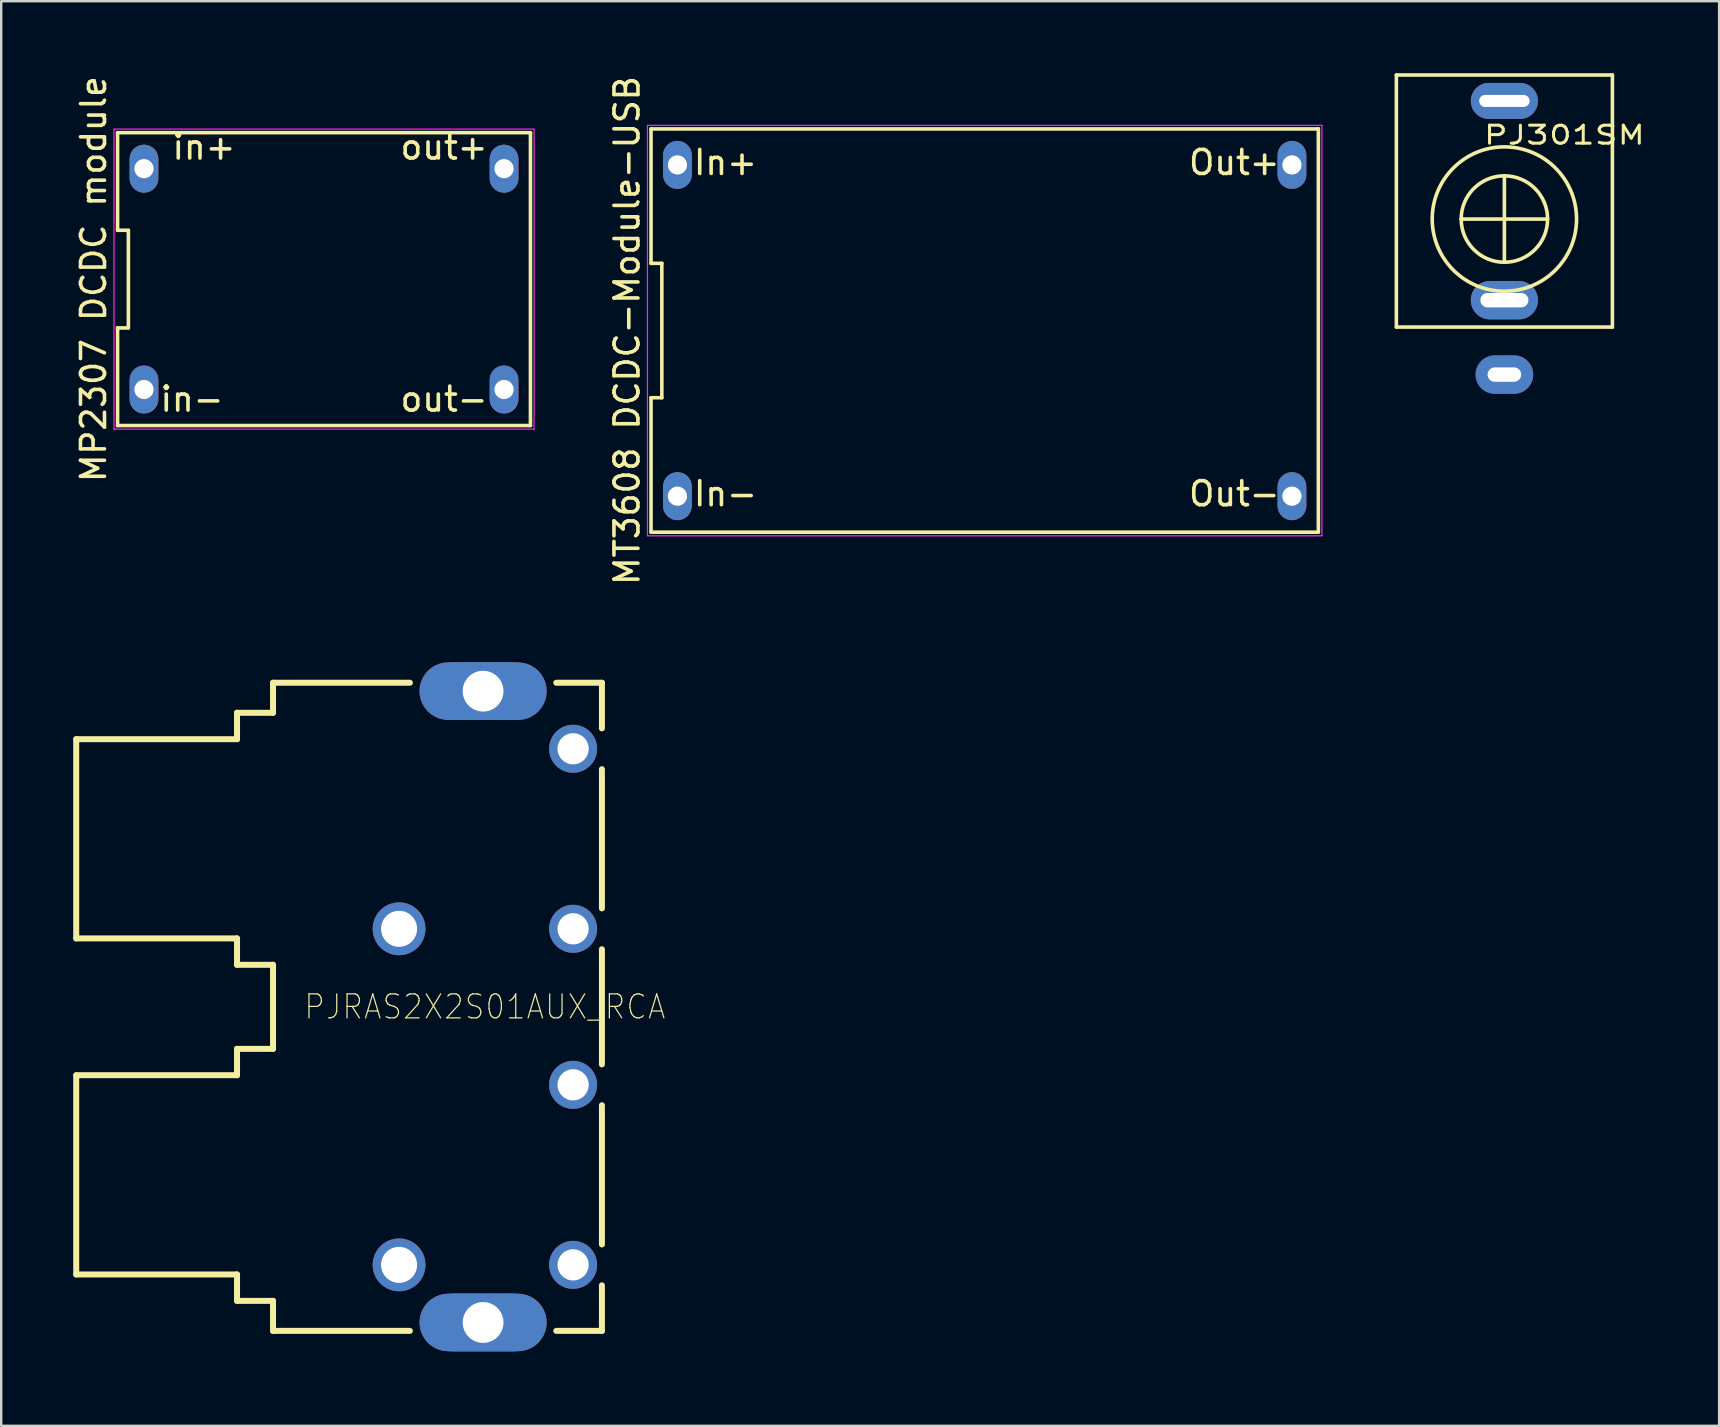
<source format=kicad_pcb>
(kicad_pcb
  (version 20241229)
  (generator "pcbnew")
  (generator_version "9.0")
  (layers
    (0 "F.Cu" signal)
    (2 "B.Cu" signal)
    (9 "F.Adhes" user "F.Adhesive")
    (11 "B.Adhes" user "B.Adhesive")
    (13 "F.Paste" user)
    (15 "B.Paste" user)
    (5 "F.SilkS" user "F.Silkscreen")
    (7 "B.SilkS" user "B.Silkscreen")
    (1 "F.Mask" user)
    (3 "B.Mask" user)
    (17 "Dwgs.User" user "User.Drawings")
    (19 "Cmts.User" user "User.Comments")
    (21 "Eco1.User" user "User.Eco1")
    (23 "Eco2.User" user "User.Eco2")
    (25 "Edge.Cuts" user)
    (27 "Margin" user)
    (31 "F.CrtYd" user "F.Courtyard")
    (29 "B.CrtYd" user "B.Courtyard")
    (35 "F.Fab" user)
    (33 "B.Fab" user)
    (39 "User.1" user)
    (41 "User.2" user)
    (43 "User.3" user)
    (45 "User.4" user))
  (footprint "MT3608 DCDC-Module-USB"
    (layer "F.Cu")
    (at 37.971 10.72)
    (property "Reference" "MT3608 DCDC-Module-USB" (at -14.9 0 90) (layer "F.SilkS") (effects (font (size 1 1) (thickness 0.15))))
    (attr through_hole)
    (fp_line (start -13.9 -8.4) (end -13.9 -2.8) (stroke (width 0.15) (type solid)) (layer "F.SilkS"))
    (fp_line (start -13.9 -2.8) (end -13.45 -2.8) (stroke (width 0.15) (type solid)) (layer "F.SilkS"))
    (fp_line (start -13.9 2.8) (end -13.9 8.4) (stroke (width 0.15) (type solid)) (layer "F.SilkS"))
    (fp_line (start -13.9 8.4) (end 13.9 8.4) (stroke (width 0.15) (type solid)) (layer "F.SilkS"))
    (fp_line (start -13.45 -2.8) (end -13.45 2.8) (stroke (width 0.15) (type solid)) (layer "F.SilkS"))
    (fp_line (start -13.45 2.8) (end -13.9 2.8) (stroke (width 0.15) (type solid)) (layer "F.SilkS"))
    (fp_line (start 13.9 -8.4) (end -13.9 -8.4) (stroke (width 0.15) (type solid)) (layer "F.SilkS"))
    (fp_line (start 13.9 8.4) (end 13.9 -8.4) (stroke (width 0.15) (type solid)) (layer "F.SilkS"))
    (fp_line (start -14.05 -8.55) (end 14.05 -8.55) (stroke (width 0.05) (type solid)) (layer "F.CrtYd"))
    (fp_line (start -14.05 8.55) (end -14.05 -8.55) (stroke (width 0.05) (type solid)) (layer "F.CrtYd"))
    (fp_line (start 14.05 -8.55) (end 14.05 8.55) (stroke (width 0.05) (type solid)) (layer "F.CrtYd"))
    (fp_line (start 14.05 8.55) (end -14.05 8.55) (stroke (width 0.05) (type solid)) (layer "F.CrtYd"))
    (fp_text user "Out-" (at 10.4 6.8 0) (layer "F.SilkS") (effects (font (size 1 1) (thickness 0.15))))
    (fp_text user "Out+" (at 10.4 -7 0) (layer "F.SilkS") (effects (font (size 1 1) (thickness 0.15))))
    (fp_text user "In+" (at -10.8 -7 0) (layer "F.SilkS") (effects (font (size 1 1) (thickness 0.15))))
    (fp_text user "In-" (at -10.8 6.8 0) (layer "F.SilkS") (effects (font (size 1 1) (thickness 0.15))))
    (pad "1" thru_hole oval (at -12.8 6.9) (size 1.2 2) (drill 0.8) (layers "*.Cu" "*.Mask"))
    (pad "2" thru_hole oval (at -12.8 -6.9) (size 1.2 2) (drill 0.8) (layers "*.Cu" "*.Mask"))
    (pad "3" thru_hole oval (at 12.8 6.9) (size 1.2 2) (drill 0.8) (layers "*.Cu" "*.Mask"))
    (pad "4" thru_hole oval (at 12.8 -6.9) (size 1.2 2) (drill 0.8) (layers "*.Cu" "*.Mask")))
  (footprint "MP2307 DCDC module"
    (layer "F.Cu")
    (at 10.448 8.577)
    (property "Reference" "MP2307 DCDC module" (at -9.6 0 90) (layer "F.SilkS") (effects (font (size 1 1) (thickness 0.15))))
    (attr through_hole)
    (fp_line (start -8.6 -6.1) (end -8.6 -2.033) (stroke (width 0.15) (type solid)) (layer "F.SilkS"))
    (fp_line (start -8.6 -2.033) (end -8.15 -2.033) (stroke (width 0.15) (type solid)) (layer "F.SilkS"))
    (fp_line (start -8.6 2.033) (end -8.6 6.1) (stroke (width 0.15) (type solid)) (layer "F.SilkS"))
    (fp_line (start -8.6 6.1) (end 8.6 6.1) (stroke (width 0.15) (type solid)) (layer "F.SilkS"))
    (fp_line (start -8.15 -2.033) (end -8.15 2.033) (stroke (width 0.15) (type solid)) (layer "F.SilkS"))
    (fp_line (start -8.15 2.033) (end -8.6 2.033) (stroke (width 0.15) (type solid)) (layer "F.SilkS"))
    (fp_line (start 8.6 -6.1) (end -8.6 -6.1) (stroke (width 0.15) (type solid)) (layer "F.SilkS"))
    (fp_line (start 8.6 6.1) (end 8.6 -6.1) (stroke (width 0.15) (type solid)) (layer "F.SilkS"))
    (fp_line (start -8.75 -6.25) (end 8.75 -6.25) (stroke (width 0.05) (type solid)) (layer "F.CrtYd"))
    (fp_line (start -8.75 6.25) (end -8.75 -6.25) (stroke (width 0.05) (type solid)) (layer "F.CrtYd"))
    (fp_line (start 8.75 -6.25) (end 8.75 6.25) (stroke (width 0.05) (type solid)) (layer "F.CrtYd"))
    (fp_line (start 8.75 6.25) (end -8.75 6.25) (stroke (width 0.05) (type solid)) (layer "F.CrtYd"))
    (fp_text user "out-" (at 5 5 0) (layer "F.SilkS") (effects (font (size 1 1) (thickness 0.15))))
    (fp_text user "out+" (at 5 -5.5 0) (layer "F.SilkS") (effects (font (size 1 1) (thickness 0.15))))
    (fp_text user "in-" (at -5.5 5 0) (layer "F.SilkS") (effects (font (size 1 1) (thickness 0.15))))
    (fp_text user "in+" (at -5 -5.5 0) (layer "F.SilkS") (effects (font (size 1 1) (thickness 0.15))))
    (pad "1" thru_hole oval (at -7.5 4.6) (size 1.2 2) (drill 0.8) (layers "*.Cu" "*.Mask"))
    (pad "2" thru_hole oval (at -7.5 -4.6) (size 1.2 2) (drill 0.8) (layers "*.Cu" "*.Mask"))
    (pad "3" thru_hole oval (at 7.5 4.6) (size 1.2 2) (drill 0.8) (layers "*.Cu" "*.Mask"))
    (pad "4" thru_hole oval (at 7.5 -4.6) (size 1.2 2) (drill 0.8) (layers "*.Cu" "*.Mask")))
  (footprint "PJRAS2X2S01AUX_RCA"
    (layer "F.Cu")
    (at 17.15 38.893)
    (property "Reference" "PJRAS2X2S01AUX_RCA" (at 0 0 0) (layer "F.SilkS") (effects (font (size 1 0.9) (thickness 0.05))))
    (attr through_hole)
    (fp_poly (pts (xy -1.525 -14.349) (xy -1.713 -14.334) (xy -1.896 -14.29) (xy -2.069 -14.218) (xy -2.23 -14.12) (xy -2.373 -13.998) (xy -2.495 -13.855) (xy -2.593 -13.694) (xy -2.665 -13.521) (xy -2.709 -13.338) (xy -2.724 -13.15) (xy -2.709 -12.962) (xy -2.665 -12.779) (xy -2.593 -12.606) (xy -2.495 -12.445) (xy -2.373 -12.302) (xy -2.23 -12.18) (xy -2.069 -12.082) (xy -1.896 -12.01) (xy -1.713 -11.966) (xy -1.525 -11.951) (xy 1.375 -11.951) (xy 1.563 -11.966) (xy 1.746 -12.01) (xy 1.919 -12.082) (xy 2.08 -12.18) (xy 2.223 -12.302) (xy 2.345 -12.445) (xy 2.443 -12.606) (xy 2.515 -12.779) (xy 2.559 -12.962) (xy 2.574 -13.15) (xy 2.559 -13.338) (xy 2.515 -13.521) (xy 2.443 -13.694) (xy 2.345 -13.855) (xy 2.223 -13.998) (xy 2.08 -14.12) (xy 1.919 -14.218) (xy 1.746 -14.29) (xy 1.563 -14.334) (xy 1.375 -14.349)) (stroke (width 0.002) (type solid)) (fill yes) (layer "F.Cu"))
    (fp_poly (pts (xy -1.525 11.951) (xy -1.713 11.966) (xy -1.896 12.01) (xy -2.069 12.082) (xy -2.23 12.18) (xy -2.373 12.302) (xy -2.495 12.445) (xy -2.593 12.606) (xy -2.665 12.779) (xy -2.709 12.962) (xy -2.724 13.15) (xy -2.709 13.338) (xy -2.665 13.521) (xy -2.593 13.694) (xy -2.495 13.855) (xy -2.373 13.998) (xy -2.23 14.12) (xy -2.069 14.218) (xy -1.896 14.29) (xy -1.713 14.334) (xy -1.525 14.349) (xy 1.375 14.349) (xy 1.563 14.334) (xy 1.746 14.29) (xy 1.919 14.218) (xy 2.08 14.12) (xy 2.223 13.998) (xy 2.345 13.855) (xy 2.443 13.694) (xy 2.515 13.521) (xy 2.559 13.338) (xy 2.574 13.15) (xy 2.559 12.962) (xy 2.515 12.779) (xy 2.443 12.606) (xy 2.345 12.445) (xy 2.223 12.302) (xy 2.08 12.18) (xy 1.919 12.082) (xy 1.746 12.01) (xy 1.563 11.966) (xy 1.375 11.951)) (stroke (width 0.002) (type solid)) (fill yes) (layer "F.Cu"))
    (fp_poly (pts (xy -1.525 -14.452) (xy -1.729 -14.436) (xy -1.927 -14.388) (xy -2.116 -14.31) (xy -2.29 -14.203) (xy -2.445 -14.07) (xy -2.578 -13.915) (xy -2.685 -13.741) (xy -2.763 -13.552) (xy -2.811 -13.354) (xy -2.827 -13.15) (xy -2.811 -12.946) (xy -2.763 -12.748) (xy -2.685 -12.559) (xy -2.578 -12.385) (xy -2.445 -12.23) (xy -2.29 -12.097) (xy -2.116 -11.99) (xy -1.927 -11.912) (xy -1.729 -11.864) (xy -1.525 -11.848) (xy 1.375 -11.848) (xy 1.579 -11.864) (xy 1.777 -11.912) (xy 1.966 -11.99) (xy 2.14 -12.097) (xy 2.295 -12.23) (xy 2.428 -12.385) (xy 2.535 -12.559) (xy 2.613 -12.748) (xy 2.661 -12.946) (xy 2.677 -13.15) (xy 2.661 -13.354) (xy 2.613 -13.552) (xy 2.535 -13.741) (xy 2.428 -13.915) (xy 2.295 -14.07) (xy 2.14 -14.203) (xy 1.966 -14.31) (xy 1.777 -14.388) (xy 1.579 -14.436) (xy 1.375 -14.452)) (stroke (width 0.002) (type solid)) (fill yes) (layer "F.Mask"))
    (fp_poly (pts (xy -1.525 11.848) (xy -1.729 11.864) (xy -1.927 11.912) (xy -2.116 11.99) (xy -2.29 12.097) (xy -2.445 12.23) (xy -2.578 12.385) (xy -2.685 12.559) (xy -2.763 12.748) (xy -2.811 12.946) (xy -2.827 13.15) (xy -2.811 13.354) (xy -2.763 13.552) (xy -2.685 13.741) (xy -2.578 13.915) (xy -2.445 14.07) (xy -2.29 14.203) (xy -2.116 14.31) (xy -1.927 14.388) (xy -1.729 14.436) (xy -1.525 14.452) (xy 1.375 14.452) (xy 1.579 14.436) (xy 1.777 14.388) (xy 1.966 14.31) (xy 2.14 14.203) (xy 2.295 14.07) (xy 2.428 13.915) (xy 2.535 13.741) (xy 2.613 13.552) (xy 2.661 13.354) (xy 2.677 13.15) (xy 2.661 12.946) (xy 2.613 12.748) (xy 2.535 12.559) (xy 2.428 12.385) (xy 2.295 12.23) (xy 2.14 12.097) (xy 1.966 11.99) (xy 1.777 11.912) (xy 1.579 11.864) (xy 1.375 11.848)) (stroke (width 0.002) (type solid)) (fill yes) (layer "F.Mask"))
    (fp_poly (pts (xy -1.525 -14.349) (xy -1.713 -14.334) (xy -1.896 -14.29) (xy -2.069 -14.218) (xy -2.23 -14.12) (xy -2.373 -13.998) (xy -2.495 -13.855) (xy -2.593 -13.694) (xy -2.665 -13.521) (xy -2.709 -13.338) (xy -2.724 -13.15) (xy -2.709 -12.962) (xy -2.665 -12.779) (xy -2.593 -12.606) (xy -2.495 -12.445) (xy -2.373 -12.302) (xy -2.23 -12.18) (xy -2.069 -12.082) (xy -1.896 -12.01) (xy -1.713 -11.966) (xy -1.525 -11.951) (xy 1.375 -11.951) (xy 1.563 -11.966) (xy 1.746 -12.01) (xy 1.919 -12.082) (xy 2.08 -12.18) (xy 2.223 -12.302) (xy 2.345 -12.445) (xy 2.443 -12.606) (xy 2.515 -12.779) (xy 2.559 -12.962) (xy 2.574 -13.15) (xy 2.559 -13.338) (xy 2.515 -13.521) (xy 2.443 -13.694) (xy 2.345 -13.855) (xy 2.223 -13.998) (xy 2.08 -14.12) (xy 1.919 -14.218) (xy 1.746 -14.29) (xy 1.563 -14.334) (xy 1.375 -14.349)) (stroke (width 0.002) (type solid)) (fill yes) (layer "B.Cu"))
    (fp_poly (pts (xy -1.525 11.951) (xy -1.713 11.966) (xy -1.896 12.01) (xy -2.069 12.082) (xy -2.23 12.18) (xy -2.373 12.302) (xy -2.495 12.445) (xy -2.593 12.606) (xy -2.665 12.779) (xy -2.709 12.962) (xy -2.724 13.15) (xy -2.709 13.338) (xy -2.665 13.521) (xy -2.593 13.694) (xy -2.495 13.855) (xy -2.373 13.998) (xy -2.23 14.12) (xy -2.069 14.218) (xy -1.896 14.29) (xy -1.713 14.334) (xy -1.525 14.349) (xy 1.375 14.349) (xy 1.563 14.334) (xy 1.746 14.29) (xy 1.919 14.218) (xy 2.08 14.12) (xy 2.223 13.998) (xy 2.345 13.855) (xy 2.443 13.694) (xy 2.515 13.521) (xy 2.559 13.338) (xy 2.574 13.15) (xy 2.559 12.962) (xy 2.515 12.779) (xy 2.443 12.606) (xy 2.345 12.445) (xy 2.223 12.302) (xy 2.08 12.18) (xy 1.919 12.082) (xy 1.746 12.01) (xy 1.563 11.966) (xy 1.375 11.951)) (stroke (width 0.002) (type solid)) (fill yes) (layer "B.Cu"))
    (fp_poly (pts (xy -1.525 -14.452) (xy -1.729 -14.436) (xy -1.927 -14.388) (xy -2.116 -14.31) (xy -2.29 -14.203) (xy -2.445 -14.07) (xy -2.578 -13.915) (xy -2.685 -13.741) (xy -2.763 -13.552) (xy -2.811 -13.354) (xy -2.827 -13.15) (xy -2.811 -12.946) (xy -2.763 -12.748) (xy -2.685 -12.559) (xy -2.578 -12.385) (xy -2.445 -12.23) (xy -2.29 -12.097) (xy -2.116 -11.99) (xy -1.927 -11.912) (xy -1.729 -11.864) (xy -1.525 -11.848) (xy 1.375 -11.848) (xy 1.579 -11.864) (xy 1.777 -11.912) (xy 1.966 -11.99) (xy 2.14 -12.097) (xy 2.295 -12.23) (xy 2.428 -12.385) (xy 2.535 -12.559) (xy 2.613 -12.748) (xy 2.661 -12.946) (xy 2.677 -13.15) (xy 2.661 -13.354) (xy 2.613 -13.552) (xy 2.535 -13.741) (xy 2.428 -13.915) (xy 2.295 -14.07) (xy 2.14 -14.203) (xy 1.966 -14.31) (xy 1.777 -14.388) (xy 1.579 -14.436) (xy 1.375 -14.452)) (stroke (width 0.002) (type solid)) (fill yes) (layer "B.Mask"))
    (fp_poly (pts (xy -1.525 11.848) (xy -1.729 11.864) (xy -1.927 11.912) (xy -2.116 11.99) (xy -2.29 12.097) (xy -2.445 12.23) (xy -2.578 12.385) (xy -2.685 12.559) (xy -2.763 12.748) (xy -2.811 12.946) (xy -2.827 13.15) (xy -2.811 13.354) (xy -2.763 13.552) (xy -2.685 13.741) (xy -2.578 13.915) (xy -2.445 14.07) (xy -2.29 14.203) (xy -2.116 14.31) (xy -1.927 14.388) (xy -1.729 14.436) (xy -1.525 14.452) (xy 1.375 14.452) (xy 1.579 14.436) (xy 1.777 14.388) (xy 1.966 14.31) (xy 2.14 14.203) (xy 2.295 14.07) (xy 2.428 13.915) (xy 2.535 13.741) (xy 2.613 13.552) (xy 2.661 13.354) (xy 2.677 13.15) (xy 2.661 12.946) (xy 2.613 12.748) (xy 2.535 12.559) (xy 2.428 12.385) (xy 2.295 12.23) (xy 2.14 12.097) (xy 1.966 11.99) (xy 1.777 11.912) (xy 1.579 11.864) (xy 1.375 11.848)) (stroke (width 0.002) (type solid)) (fill yes) (layer "B.Mask"))
    (fp_line (start -17.025 -11.15) (end -17.025 -2.85) (stroke (width 0.25) (type solid)) (layer "F.SilkS"))
    (fp_line (start -17.025 -11.15) (end -10.326 -11.15) (stroke (width 0.25) (type solid)) (layer "F.SilkS"))
    (fp_line (start -17.025 -2.85) (end -10.326 -2.85) (stroke (width 0.25) (type solid)) (layer "F.SilkS"))
    (fp_line (start -17.025 2.85) (end -17.025 11.15) (stroke (width 0.25) (type solid)) (layer "F.SilkS"))
    (fp_line (start -17.025 11.15) (end -10.326 11.15) (stroke (width 0.25) (type solid)) (layer "F.SilkS"))
    (fp_line (start -10.326 -12.249) (end -8.826 -12.249) (stroke (width 0.25) (type solid)) (layer "F.SilkS"))
    (fp_line (start -10.326 -11.15) (end -10.326 -12.249) (stroke (width 0.25) (type solid)) (layer "F.SilkS"))
    (fp_line (start -10.326 -1.751) (end -10.326 -2.85) (stroke (width 0.25) (type solid)) (layer "F.SilkS"))
    (fp_line (start -10.326 -1.751) (end -8.826 -1.751) (stroke (width 0.25) (type solid)) (layer "F.SilkS"))
    (fp_line (start -10.326 1.751) (end -10.326 2.85) (stroke (width 0.25) (type solid)) (layer "F.SilkS"))
    (fp_line (start -10.326 2.85) (end -17.025 2.85) (stroke (width 0.25) (type solid)) (layer "F.SilkS"))
    (fp_line (start -10.326 11.15) (end -10.326 12.249) (stroke (width 0.25) (type solid)) (layer "F.SilkS"))
    (fp_line (start -10.326 12.249) (end -8.826 12.249) (stroke (width 0.25) (type solid)) (layer "F.SilkS"))
    (fp_line (start -8.826 -13.5) (end -3.125 -13.5) (stroke (width 0.25) (type solid)) (layer "F.SilkS"))
    (fp_line (start -8.826 -12.249) (end -8.826 -13.5) (stroke (width 0.25) (type solid)) (layer "F.SilkS"))
    (fp_line (start -8.826 -1.751) (end -8.826 1.751) (stroke (width 0.25) (type solid)) (layer "F.SilkS"))
    (fp_line (start -8.826 1.751) (end -10.326 1.751) (stroke (width 0.25) (type solid)) (layer "F.SilkS"))
    (fp_line (start -8.826 12.249) (end -8.826 13.5) (stroke (width 0.25) (type solid)) (layer "F.SilkS"))
    (fp_line (start -8.826 13.5) (end -3.125 13.5) (stroke (width 0.25) (type solid)) (layer "F.SilkS"))
    (fp_line (start 2.974 -13.5) (end 4.875 -13.5) (stroke (width 0.25) (type solid)) (layer "F.SilkS"))
    (fp_line (start 2.974 13.5) (end 4.875 13.5) (stroke (width 0.25) (type solid)) (layer "F.SilkS"))
    (fp_line (start 4.875 -13.5) (end 4.875 -11.601) (stroke (width 0.25) (type solid)) (layer "F.SilkS"))
    (fp_line (start 4.875 -4.101) (end 4.875 -9.899) (stroke (width 0.25) (type solid)) (layer "F.SilkS"))
    (fp_line (start 4.875 2.399) (end 4.875 -2.399) (stroke (width 0.25) (type solid)) (layer "F.SilkS"))
    (fp_line (start 4.875 9.899) (end 4.875 4.101) (stroke (width 0.25) (type solid)) (layer "F.SilkS"))
    (fp_line (start 4.875 11.601) (end 4.875 13.5) (stroke (width 0.25) (type solid)) (layer "F.SilkS"))
    (pad "1" thru_hole oval (at -0.075 -13.15) (size 4.8 2.4) (drill 1.7) (layers "*.Cu" "*.Mask"))
    (pad "1S" thru_hole circle (at -3.575 -3.25) (size 2.2 2.2) (drill 1.5) (layers "*.Cu" "*.Mask"))
    (pad "1T1" thru_hole circle (at 3.675 -10.75) (size 2 2) (drill 1.3) (layers "*.Cu" "*.Mask"))
    (pad "1T2" thru_hole circle (at 3.675 -3.25) (size 2 2) (drill 1.3) (layers "*.Cu" "*.Mask"))
    (pad "2" thru_hole oval (at -0.075 13.15) (size 4.8 2.4) (drill 1.7) (layers "*.Cu" "*.Mask"))
    (pad "2S" thru_hole circle (at -3.575 10.75) (size 2.2 2.2) (drill 1.5) (layers "*.Cu" "*.Mask"))
    (pad "2T1" thru_hole circle (at 3.675 3.25) (size 2 2) (drill 1.3) (layers "*.Cu" "*.Mask"))
    (pad "2T2" thru_hole circle (at 3.675 10.75) (size 2 2) (drill 1.3) (layers "*.Cu" "*.Mask")))
  (footprint "PJ301SM"
    (layer "F.Cu")
    (at 59.621 6.075)
    (property "Reference" "PJ301SM" (at 2.5 -3.5 0) (layer "F.SilkS") (effects (font (size 0.75 1) (thickness 0.125))))
    (attr through_hole)
    (fp_line (start -4.5 -6) (end -4.5 4.5) (stroke (width 0.15) (type solid)) (layer "F.SilkS"))
    (fp_line (start -4.5 4.5) (end 4.5 4.5) (stroke (width 0.15) (type solid)) (layer "F.SilkS"))
    (fp_line (start 0 -1.8) (end 0 1.8) (stroke (width 0.15) (type solid)) (layer "F.SilkS"))
    (fp_line (start 1.8 0) (end -1.8 0) (stroke (width 0.15) (type solid)) (layer "F.SilkS"))
    (fp_line (start 4.5 -6) (end -4.5 -6) (stroke (width 0.15) (type solid)) (layer "F.SilkS"))
    (fp_line (start 4.5 4.5) (end 4.5 -6) (stroke (width 0.15) (type solid)) (layer "F.SilkS"))
    (fp_circle (center 0 0) (end 1.8 0) (stroke (width 0.15) (type solid)) (fill no) (layer "F.SilkS"))
    (fp_circle (center 0 0) (end 3 0.2) (stroke (width 0.15) (type solid)) (fill no) (layer "F.SilkS"))
    (pad "S" thru_hole oval (at 0 6.48) (size 2.4 1.6) (drill oval 1.4 0.6) (layers "*.Cu" "*.Mask"))
    (pad "T" thru_hole oval (at 0 -4.92) (size 2.8 1.5) (drill oval 2.1 0.5) (layers "*.Cu" "*.Mask"))
    (pad "TN" thru_hole oval (at 0 3.38) (size 2.8 1.6) (drill oval 2 0.6) (layers "*.Cu" "*.Mask")))
  (gr_rect
    (start -3 -3)
    (end 68.566 56.346)
    (stroke (width 0.1) (type default))
    (fill no)
    (layer "Edge.Cuts")))
</source>
